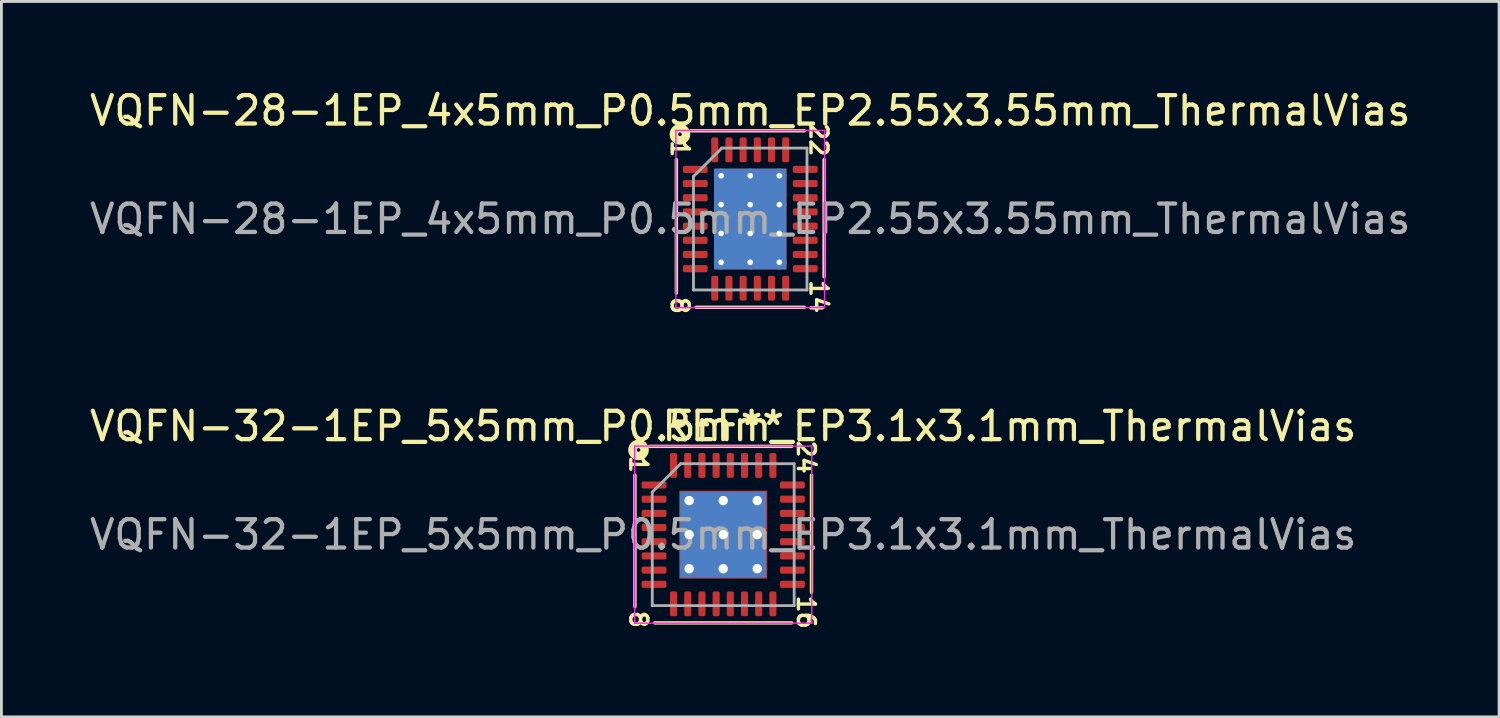
<source format=kicad_pcb>
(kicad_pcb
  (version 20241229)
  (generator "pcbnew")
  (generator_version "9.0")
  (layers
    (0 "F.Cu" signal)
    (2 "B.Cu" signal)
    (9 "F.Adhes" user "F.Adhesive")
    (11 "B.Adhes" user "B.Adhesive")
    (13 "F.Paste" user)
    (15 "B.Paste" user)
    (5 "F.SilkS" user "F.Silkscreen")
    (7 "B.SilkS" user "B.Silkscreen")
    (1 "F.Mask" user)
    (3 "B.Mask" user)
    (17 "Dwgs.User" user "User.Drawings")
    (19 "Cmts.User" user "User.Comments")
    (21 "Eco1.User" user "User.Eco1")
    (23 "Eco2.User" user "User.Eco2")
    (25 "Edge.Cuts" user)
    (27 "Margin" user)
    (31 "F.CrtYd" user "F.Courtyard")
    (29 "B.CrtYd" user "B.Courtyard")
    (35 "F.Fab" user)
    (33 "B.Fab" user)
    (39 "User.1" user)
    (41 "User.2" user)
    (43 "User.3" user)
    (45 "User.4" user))
  (footprint "VQFN-32-1EP_5x5mm_P0.5mm_EP3.1x3.1mm_ThermalVias"
    (layer "F.Cu")
    (at 22.435 15.79)
    (property "Reference" "VQFN-32-1EP_5x5mm_P0.5mm_EP3.1x3.1mm_ThermalVias" (at 0 -3.82 0) (layer "F.SilkS") (effects (font (size 1 1) (thickness 0.15))))
    (attr smd)
    (fp_line (start -3.111 -2.095) (end -3.111 2.54) (stroke (width 0.12) (type solid)) (layer "F.SilkS"))
    (fp_line (start -2.413 3.111) (end 2.413 3.111) (stroke (width 0.12) (type solid)) (layer "F.SilkS"))
    (fp_line (start 2.413 -3.111) (end -2.603 -3.111) (stroke (width 0.12) (type solid)) (layer "F.SilkS"))
    (fp_line (start 3.111 2.032) (end 3.111 -2.095) (stroke (width 0.12) (type solid)) (layer "F.SilkS"))
    (fp_circle (center -2.985 -2.985) (end -2.921 -2.985) (stroke (width 0.3) (type solid)) (fill no) (layer "F.SilkS"))
    (fp_line (start -3.12 -3.12) (end -3.12 3.12) (stroke (width 0.05) (type solid)) (layer "F.CrtYd"))
    (fp_line (start -3.12 3.12) (end 3.12 3.12) (stroke (width 0.05) (type solid)) (layer "F.CrtYd"))
    (fp_line (start 3.12 -3.12) (end -3.12 -3.12) (stroke (width 0.05) (type solid)) (layer "F.CrtYd"))
    (fp_line (start 3.12 3.12) (end 3.12 -3.12) (stroke (width 0.05) (type solid)) (layer "F.CrtYd"))
    (fp_line (start -2.5 -1.5) (end -1.5 -2.5) (stroke (width 0.1) (type solid)) (layer "F.Fab"))
    (fp_line (start -2.5 2.5) (end -2.5 -1.5) (stroke (width 0.1) (type solid)) (layer "F.Fab"))
    (fp_line (start -1.5 -2.5) (end 2.5 -2.5) (stroke (width 0.1) (type solid)) (layer "F.Fab"))
    (fp_line (start 2.5 -2.5) (end 2.5 2.5) (stroke (width 0.1) (type solid)) (layer "F.Fab"))
    (fp_line (start 2.5 2.5) (end -2.5 2.5) (stroke (width 0.1) (type solid)) (layer "F.Fab"))
    (fp_text user "1" (at -2.985 -2.477 270) (unlocked yes) (layer "F.SilkS") (effects (font (size 0.6 0.6) (thickness 0.12))))
    (fp_text user "8" (at -2.985 2.985 270) (unlocked yes) (layer "F.SilkS") (effects (font (size 0.6 0.6) (thickness 0.12))))
    (fp_text user "24" (at 2.921 -2.731 270) (unlocked yes) (layer "F.SilkS") (effects (font (size 0.6 0.6) (thickness 0.12))))
    (fp_text user "16" (at 2.921 2.731 270) (unlocked yes) (layer "F.SilkS") (effects (font (size 0.6 0.6) (thickness 0.12))))
    (fp_text user "REF**" (at 0 -3.82 0) (layer "F.SilkS") (effects (font (size 1 1) (thickness 0.15))))
    (fp_text user "${REFERENCE}" (at 0 0 0) (layer "F.Fab") (effects (font (size 1 1) (thickness 0.15))))
    (pad "" smd roundrect (at -0.775 -0.775) (size 1.3 1.3) (layers "F.Paste") (roundrect_rratio 0.192))
    (pad "" smd roundrect (at -0.775 0.775) (size 1.3 1.3) (layers "F.Paste") (roundrect_rratio 0.192))
    (pad "" smd roundrect (at 0.775 -0.775) (size 1.3 1.3) (layers "F.Paste") (roundrect_rratio 0.192))
    (pad "" smd roundrect (at 0.775 0.775) (size 1.3 1.3) (layers "F.Paste") (roundrect_rratio 0.192))
    (pad "1" smd roundrect (at -2.438 -1.75) (size 0.875 0.25) (layers "F.Cu" "F.Mask" "F.Paste") (roundrect_rratio 0.25))
    (pad "2" smd roundrect (at -2.438 -1.25) (size 0.875 0.25) (layers "F.Cu" "F.Mask" "F.Paste") (roundrect_rratio 0.25))
    (pad "3" smd roundrect (at -2.438 -0.75) (size 0.875 0.25) (layers "F.Cu" "F.Mask" "F.Paste") (roundrect_rratio 0.25))
    (pad "4" smd roundrect (at -2.438 -0.25) (size 0.875 0.25) (layers "F.Cu" "F.Mask" "F.Paste") (roundrect_rratio 0.25))
    (pad "5" smd roundrect (at -2.438 0.25) (size 0.875 0.25) (layers "F.Cu" "F.Mask" "F.Paste") (roundrect_rratio 0.25))
    (pad "6" smd roundrect (at -2.438 0.75) (size 0.875 0.25) (layers "F.Cu" "F.Mask" "F.Paste") (roundrect_rratio 0.25))
    (pad "7" smd roundrect (at -2.438 1.25) (size 0.875 0.25) (layers "F.Cu" "F.Mask" "F.Paste") (roundrect_rratio 0.25))
    (pad "8" smd roundrect (at -2.438 1.75) (size 0.875 0.25) (layers "F.Cu" "F.Mask" "F.Paste") (roundrect_rratio 0.25))
    (pad "9" smd roundrect (at -1.75 2.438) (size 0.25 0.875) (layers "F.Cu" "F.Mask" "F.Paste") (roundrect_rratio 0.25))
    (pad "10" smd roundrect (at -1.25 2.438) (size 0.25 0.875) (layers "F.Cu" "F.Mask" "F.Paste") (roundrect_rratio 0.25))
    (pad "11" smd roundrect (at -0.75 2.438) (size 0.25 0.875) (layers "F.Cu" "F.Mask" "F.Paste") (roundrect_rratio 0.25))
    (pad "12" smd roundrect (at -0.25 2.438) (size 0.25 0.875) (layers "F.Cu" "F.Mask" "F.Paste") (roundrect_rratio 0.25))
    (pad "13" smd roundrect (at 0.25 2.438) (size 0.25 0.875) (layers "F.Cu" "F.Mask" "F.Paste") (roundrect_rratio 0.25))
    (pad "14" smd roundrect (at 0.75 2.438) (size 0.25 0.875) (layers "F.Cu" "F.Mask" "F.Paste") (roundrect_rratio 0.25))
    (pad "15" smd roundrect (at 1.25 2.438) (size 0.25 0.875) (layers "F.Cu" "F.Mask" "F.Paste") (roundrect_rratio 0.25))
    (pad "16" smd roundrect (at 1.75 2.438) (size 0.25 0.875) (layers "F.Cu" "F.Mask" "F.Paste") (roundrect_rratio 0.25))
    (pad "17" smd roundrect (at 2.438 1.75) (size 0.875 0.25) (layers "F.Cu" "F.Mask" "F.Paste") (roundrect_rratio 0.25))
    (pad "18" smd roundrect (at 2.438 1.25) (size 0.875 0.25) (layers "F.Cu" "F.Mask" "F.Paste") (roundrect_rratio 0.25))
    (pad "19" smd roundrect (at 2.438 0.75) (size 0.875 0.25) (layers "F.Cu" "F.Mask" "F.Paste") (roundrect_rratio 0.25))
    (pad "20" smd roundrect (at 2.438 0.25) (size 0.875 0.25) (layers "F.Cu" "F.Mask" "F.Paste") (roundrect_rratio 0.25))
    (pad "21" smd roundrect (at 2.438 -0.25) (size 0.875 0.25) (layers "F.Cu" "F.Mask" "F.Paste") (roundrect_rratio 0.25))
    (pad "22" smd roundrect (at 2.438 -0.75) (size 0.875 0.25) (layers "F.Cu" "F.Mask" "F.Paste") (roundrect_rratio 0.25))
    (pad "23" smd roundrect (at 2.438 -1.25) (size 0.875 0.25) (layers "F.Cu" "F.Mask" "F.Paste") (roundrect_rratio 0.25))
    (pad "24" smd roundrect (at 2.438 -1.75) (size 0.875 0.25) (layers "F.Cu" "F.Mask" "F.Paste") (roundrect_rratio 0.25))
    (pad "25" smd roundrect (at 1.75 -2.438) (size 0.25 0.875) (layers "F.Cu" "F.Mask" "F.Paste") (roundrect_rratio 0.25))
    (pad "26" smd roundrect (at 1.25 -2.438) (size 0.25 0.875) (layers "F.Cu" "F.Mask" "F.Paste") (roundrect_rratio 0.25))
    (pad "27" smd roundrect (at 0.75 -2.438) (size 0.25 0.875) (layers "F.Cu" "F.Mask" "F.Paste") (roundrect_rratio 0.25))
    (pad "28" smd roundrect (at 0.25 -2.438) (size 0.25 0.875) (layers "F.Cu" "F.Mask" "F.Paste") (roundrect_rratio 0.25))
    (pad "29" smd roundrect (at -0.25 -2.438) (size 0.25 0.875) (layers "F.Cu" "F.Mask" "F.Paste") (roundrect_rratio 0.25))
    (pad "30" smd roundrect (at -0.75 -2.438) (size 0.25 0.875) (layers "F.Cu" "F.Mask" "F.Paste") (roundrect_rratio 0.25))
    (pad "31" smd roundrect (at -1.25 -2.438) (size 0.25 0.875) (layers "F.Cu" "F.Mask" "F.Paste") (roundrect_rratio 0.25))
    (pad "32" smd roundrect (at -1.75 -2.438) (size 0.25 0.875) (layers "F.Cu" "F.Mask" "F.Paste") (roundrect_rratio 0.25))
    (pad "33" thru_hole circle (at -1.2 -1.2) (size 0.63 0.63) (drill 0.33) (layers "*.Cu"))
    (pad "33" thru_hole circle (at -1.2 0) (size 0.63 0.63) (drill 0.33) (layers "*.Cu"))
    (pad "33" thru_hole circle (at -1.2 1.2) (size 0.63 0.63) (drill 0.33) (layers "*.Cu"))
    (pad "33" thru_hole circle (at 0 -1.2) (size 0.63 0.63) (drill 0.33) (layers "*.Cu"))
    (pad "33" thru_hole circle (at 0 0) (size 0.63 0.63) (drill 0.33) (layers "*.Cu"))
    (pad "33" smd rect (at 0 0) (size 3.03 3.03) (layers "B.Cu" "B.Mask"))
    (pad "33" smd rect (at 0 0) (size 3.1 3.1) (layers "F.Cu" "F.Mask"))
    (pad "33" thru_hole circle (at 0 1.2) (size 0.63 0.63) (drill 0.33) (layers "*.Cu"))
    (pad "33" thru_hole circle (at 1.2 -1.2) (size 0.63 0.63) (drill 0.33) (layers "*.Cu"))
    (pad "33" thru_hole circle (at 1.2 0) (size 0.63 0.63) (drill 0.33) (layers "*.Cu"))
    (pad "33" thru_hole circle (at 1.2 1.2) (size 0.63 0.63) (drill 0.33) (layers "*.Cu")))
  (footprint "VQFN-28-1EP_4x5mm_P0.5mm_EP2.55x3.55mm_ThermalVias"
    (layer "F.Cu")
    (at 23.387 4.668)
    (property "Reference" "VQFN-28-1EP_4x5mm_P0.5mm_EP2.55x3.55mm_ThermalVias" (at 0 -3.82 0) (layer "F.SilkS") (effects (font (size 1 1) (thickness 0.15))))
    (attr smd)
    (fp_line (start -2.603 -2.095) (end -2.603 2.603) (stroke (width 0.12) (type solid)) (layer "F.SilkS"))
    (fp_line (start -1.905 3.111) (end 1.905 3.111) (stroke (width 0.12) (type solid)) (layer "F.SilkS"))
    (fp_line (start 1.905 -3.111) (end -2.095 -3.111) (stroke (width 0.12) (type solid)) (layer "F.SilkS"))
    (fp_line (start 2.603 2.032) (end 2.603 -2.095) (stroke (width 0.12) (type solid)) (layer "F.SilkS"))
    (fp_circle (center -2.477 -2.985) (end -2.413 -2.985) (stroke (width 0.3) (type solid)) (fill no) (layer "F.SilkS"))
    (fp_line (start -2.62 -3.12) (end -2.62 3.12) (stroke (width 0.05) (type solid)) (layer "F.CrtYd"))
    (fp_line (start -2.62 3.12) (end 2.62 3.12) (stroke (width 0.05) (type solid)) (layer "F.CrtYd"))
    (fp_line (start 2.62 -3.12) (end -2.62 -3.12) (stroke (width 0.05) (type solid)) (layer "F.CrtYd"))
    (fp_line (start 2.62 3.12) (end 2.62 -3.12) (stroke (width 0.05) (type solid)) (layer "F.CrtYd"))
    (fp_line (start -2 -1.5) (end -1 -2.5) (stroke (width 0.1) (type solid)) (layer "F.Fab"))
    (fp_line (start -2 2.5) (end -2 -1.5) (stroke (width 0.1) (type solid)) (layer "F.Fab"))
    (fp_line (start -1 -2.5) (end 2 -2.5) (stroke (width 0.1) (type solid)) (layer "F.Fab"))
    (fp_line (start 2 -2.5) (end 2 2.5) (stroke (width 0.1) (type solid)) (layer "F.Fab"))
    (fp_line (start 2 2.5) (end -2 2.5) (stroke (width 0.1) (type solid)) (layer "F.Fab"))
    (fp_text user "14" (at 2.413 2.731 270) (unlocked yes) (layer "F.SilkS") (effects (font (size 0.6 0.6) (thickness 0.12))))
    (fp_text user "22" (at 2.413 -2.794 270) (unlocked yes) (layer "F.SilkS") (effects (font (size 0.6 0.6) (thickness 0.12))))
    (fp_text user "1" (at -2.477 -2.477 270) (unlocked yes) (layer "F.SilkS") (effects (font (size 0.6 0.6) (thickness 0.12))))
    (fp_text user "8" (at -2.477 3.048 270) (unlocked yes) (layer "F.SilkS") (effects (font (size 0.6 0.6) (thickness 0.12))))
    (fp_text user "${REFERENCE}" (at 0 0 0) (layer "F.Fab") (effects (font (size 1 1) (thickness 0.15))))
    (pad "" smd roundrect (at -0.635 -1.18) (size 1.03 0.95) (layers "F.Paste") (roundrect_rratio 0.25))
    (pad "" smd roundrect (at -0.635 0) (size 1.03 0.95) (layers "F.Paste") (roundrect_rratio 0.25))
    (pad "" smd roundrect (at -0.635 1.18) (size 1.03 0.95) (layers "F.Paste") (roundrect_rratio 0.25))
    (pad "" smd roundrect (at 0.635 -1.18) (size 1.03 0.95) (layers "F.Paste") (roundrect_rratio 0.25))
    (pad "" smd roundrect (at 0.635 0) (size 1.03 0.95) (layers "F.Paste") (roundrect_rratio 0.25))
    (pad "" smd roundrect (at 0.635 1.18) (size 1.03 0.95) (layers "F.Paste") (roundrect_rratio 0.25))
    (pad "1" smd roundrect (at -1.938 -1.75) (size 0.875 0.25) (layers "F.Cu" "F.Mask" "F.Paste") (roundrect_rratio 0.25))
    (pad "2" smd roundrect (at -1.938 -1.25) (size 0.875 0.25) (layers "F.Cu" "F.Mask" "F.Paste") (roundrect_rratio 0.25))
    (pad "3" smd roundrect (at -1.938 -0.75) (size 0.875 0.25) (layers "F.Cu" "F.Mask" "F.Paste") (roundrect_rratio 0.25))
    (pad "4" smd roundrect (at -1.938 -0.25) (size 0.875 0.25) (layers "F.Cu" "F.Mask" "F.Paste") (roundrect_rratio 0.25))
    (pad "5" smd roundrect (at -1.938 0.25) (size 0.875 0.25) (layers "F.Cu" "F.Mask" "F.Paste") (roundrect_rratio 0.25))
    (pad "6" smd roundrect (at -1.938 0.75) (size 0.875 0.25) (layers "F.Cu" "F.Mask" "F.Paste") (roundrect_rratio 0.25))
    (pad "7" smd roundrect (at -1.938 1.25) (size 0.875 0.25) (layers "F.Cu" "F.Mask" "F.Paste") (roundrect_rratio 0.25))
    (pad "8" smd roundrect (at -1.938 1.75) (size 0.875 0.25) (layers "F.Cu" "F.Mask" "F.Paste") (roundrect_rratio 0.25))
    (pad "9" smd roundrect (at -1.25 2.438) (size 0.25 0.875) (layers "F.Cu" "F.Mask" "F.Paste") (roundrect_rratio 0.25))
    (pad "10" smd roundrect (at -0.75 2.438) (size 0.25 0.875) (layers "F.Cu" "F.Mask" "F.Paste") (roundrect_rratio 0.25))
    (pad "11" smd roundrect (at -0.25 2.438) (size 0.25 0.875) (layers "F.Cu" "F.Mask" "F.Paste") (roundrect_rratio 0.25))
    (pad "12" smd roundrect (at 0.25 2.438) (size 0.25 0.875) (layers "F.Cu" "F.Mask" "F.Paste") (roundrect_rratio 0.25))
    (pad "13" smd roundrect (at 0.75 2.438) (size 0.25 0.875) (layers "F.Cu" "F.Mask" "F.Paste") (roundrect_rratio 0.25))
    (pad "14" smd roundrect (at 1.25 2.438) (size 0.25 0.875) (layers "F.Cu" "F.Mask" "F.Paste") (roundrect_rratio 0.25))
    (pad "15" smd roundrect (at 1.938 1.75) (size 0.875 0.25) (layers "F.Cu" "F.Mask" "F.Paste") (roundrect_rratio 0.25))
    (pad "16" smd roundrect (at 1.938 1.25) (size 0.875 0.25) (layers "F.Cu" "F.Mask" "F.Paste") (roundrect_rratio 0.25))
    (pad "17" smd roundrect (at 1.938 0.75) (size 0.875 0.25) (layers "F.Cu" "F.Mask" "F.Paste") (roundrect_rratio 0.25))
    (pad "18" smd roundrect (at 1.938 0.25) (size 0.875 0.25) (layers "F.Cu" "F.Mask" "F.Paste") (roundrect_rratio 0.25))
    (pad "19" smd roundrect (at 1.938 -0.25) (size 0.875 0.25) (layers "F.Cu" "F.Mask" "F.Paste") (roundrect_rratio 0.25))
    (pad "20" smd roundrect (at 1.938 -0.75) (size 0.875 0.25) (layers "F.Cu" "F.Mask" "F.Paste") (roundrect_rratio 0.25))
    (pad "21" smd roundrect (at 1.938 -1.25) (size 0.875 0.25) (layers "F.Cu" "F.Mask" "F.Paste") (roundrect_rratio 0.25))
    (pad "22" smd roundrect (at 1.938 -1.75) (size 0.875 0.25) (layers "F.Cu" "F.Mask" "F.Paste") (roundrect_rratio 0.25))
    (pad "23" smd roundrect (at 1.25 -2.438) (size 0.25 0.875) (layers "F.Cu" "F.Mask" "F.Paste") (roundrect_rratio 0.25))
    (pad "24" smd roundrect (at 0.75 -2.438) (size 0.25 0.875) (layers "F.Cu" "F.Mask" "F.Paste") (roundrect_rratio 0.25))
    (pad "25" smd roundrect (at 0.25 -2.438) (size 0.25 0.875) (layers "F.Cu" "F.Mask" "F.Paste") (roundrect_rratio 0.25))
    (pad "26" smd roundrect (at -0.25 -2.438) (size 0.25 0.875) (layers "F.Cu" "F.Mask" "F.Paste") (roundrect_rratio 0.25))
    (pad "27" smd roundrect (at -0.75 -2.438) (size 0.25 0.875) (layers "F.Cu" "F.Mask" "F.Paste") (roundrect_rratio 0.25))
    (pad "28" smd roundrect (at -1.25 -2.438) (size 0.25 0.875) (layers "F.Cu" "F.Mask" "F.Paste") (roundrect_rratio 0.25))
    (pad "29" thru_hole circle (at -1.025 -1.525) (size 0.5 0.5) (drill 0.2) (layers "*.Cu"))
    (pad "29" thru_hole circle (at -1.025 -0.508) (size 0.5 0.5) (drill 0.2) (layers "*.Cu"))
    (pad "29" thru_hole circle (at -1.025 0.508) (size 0.5 0.5) (drill 0.2) (layers "*.Cu"))
    (pad "29" thru_hole circle (at -1.025 1.525) (size 0.5 0.5) (drill 0.2) (layers "*.Cu"))
    (pad "29" thru_hole circle (at 0 -1.525) (size 0.5 0.5) (drill 0.2) (layers "*.Cu"))
    (pad "29" thru_hole circle (at 0 -0.508) (size 0.5 0.5) (drill 0.2) (layers "*.Cu"))
    (pad "29" smd rect (at 0 0) (size 2.55 3.55) (layers "F.Cu" "F.Mask"))
    (pad "29" smd rect (at 0 0) (size 2.55 3.55) (layers "B.Cu" "B.Mask"))
    (pad "29" thru_hole circle (at 0 0.508) (size 0.5 0.5) (drill 0.2) (layers "*.Cu"))
    (pad "29" thru_hole circle (at 0 1.525) (size 0.5 0.5) (drill 0.2) (layers "*.Cu"))
    (pad "29" thru_hole circle (at 1.025 -1.525) (size 0.5 0.5) (drill 0.2) (layers "*.Cu"))
    (pad "29" thru_hole circle (at 1.025 -0.508) (size 0.5 0.5) (drill 0.2) (layers "*.Cu"))
    (pad "29" thru_hole circle (at 1.025 0.508) (size 0.5 0.5) (drill 0.2) (layers "*.Cu"))
    (pad "29" thru_hole circle (at 1.025 1.525) (size 0.5 0.5) (drill 0.2) (layers "*.Cu")))
  (gr_rect
    (start -3 -3)
    (end 49.774 22.212)
    (stroke (width 0.1) (type default))
    (fill no)
    (layer "Edge.Cuts")))
</source>
